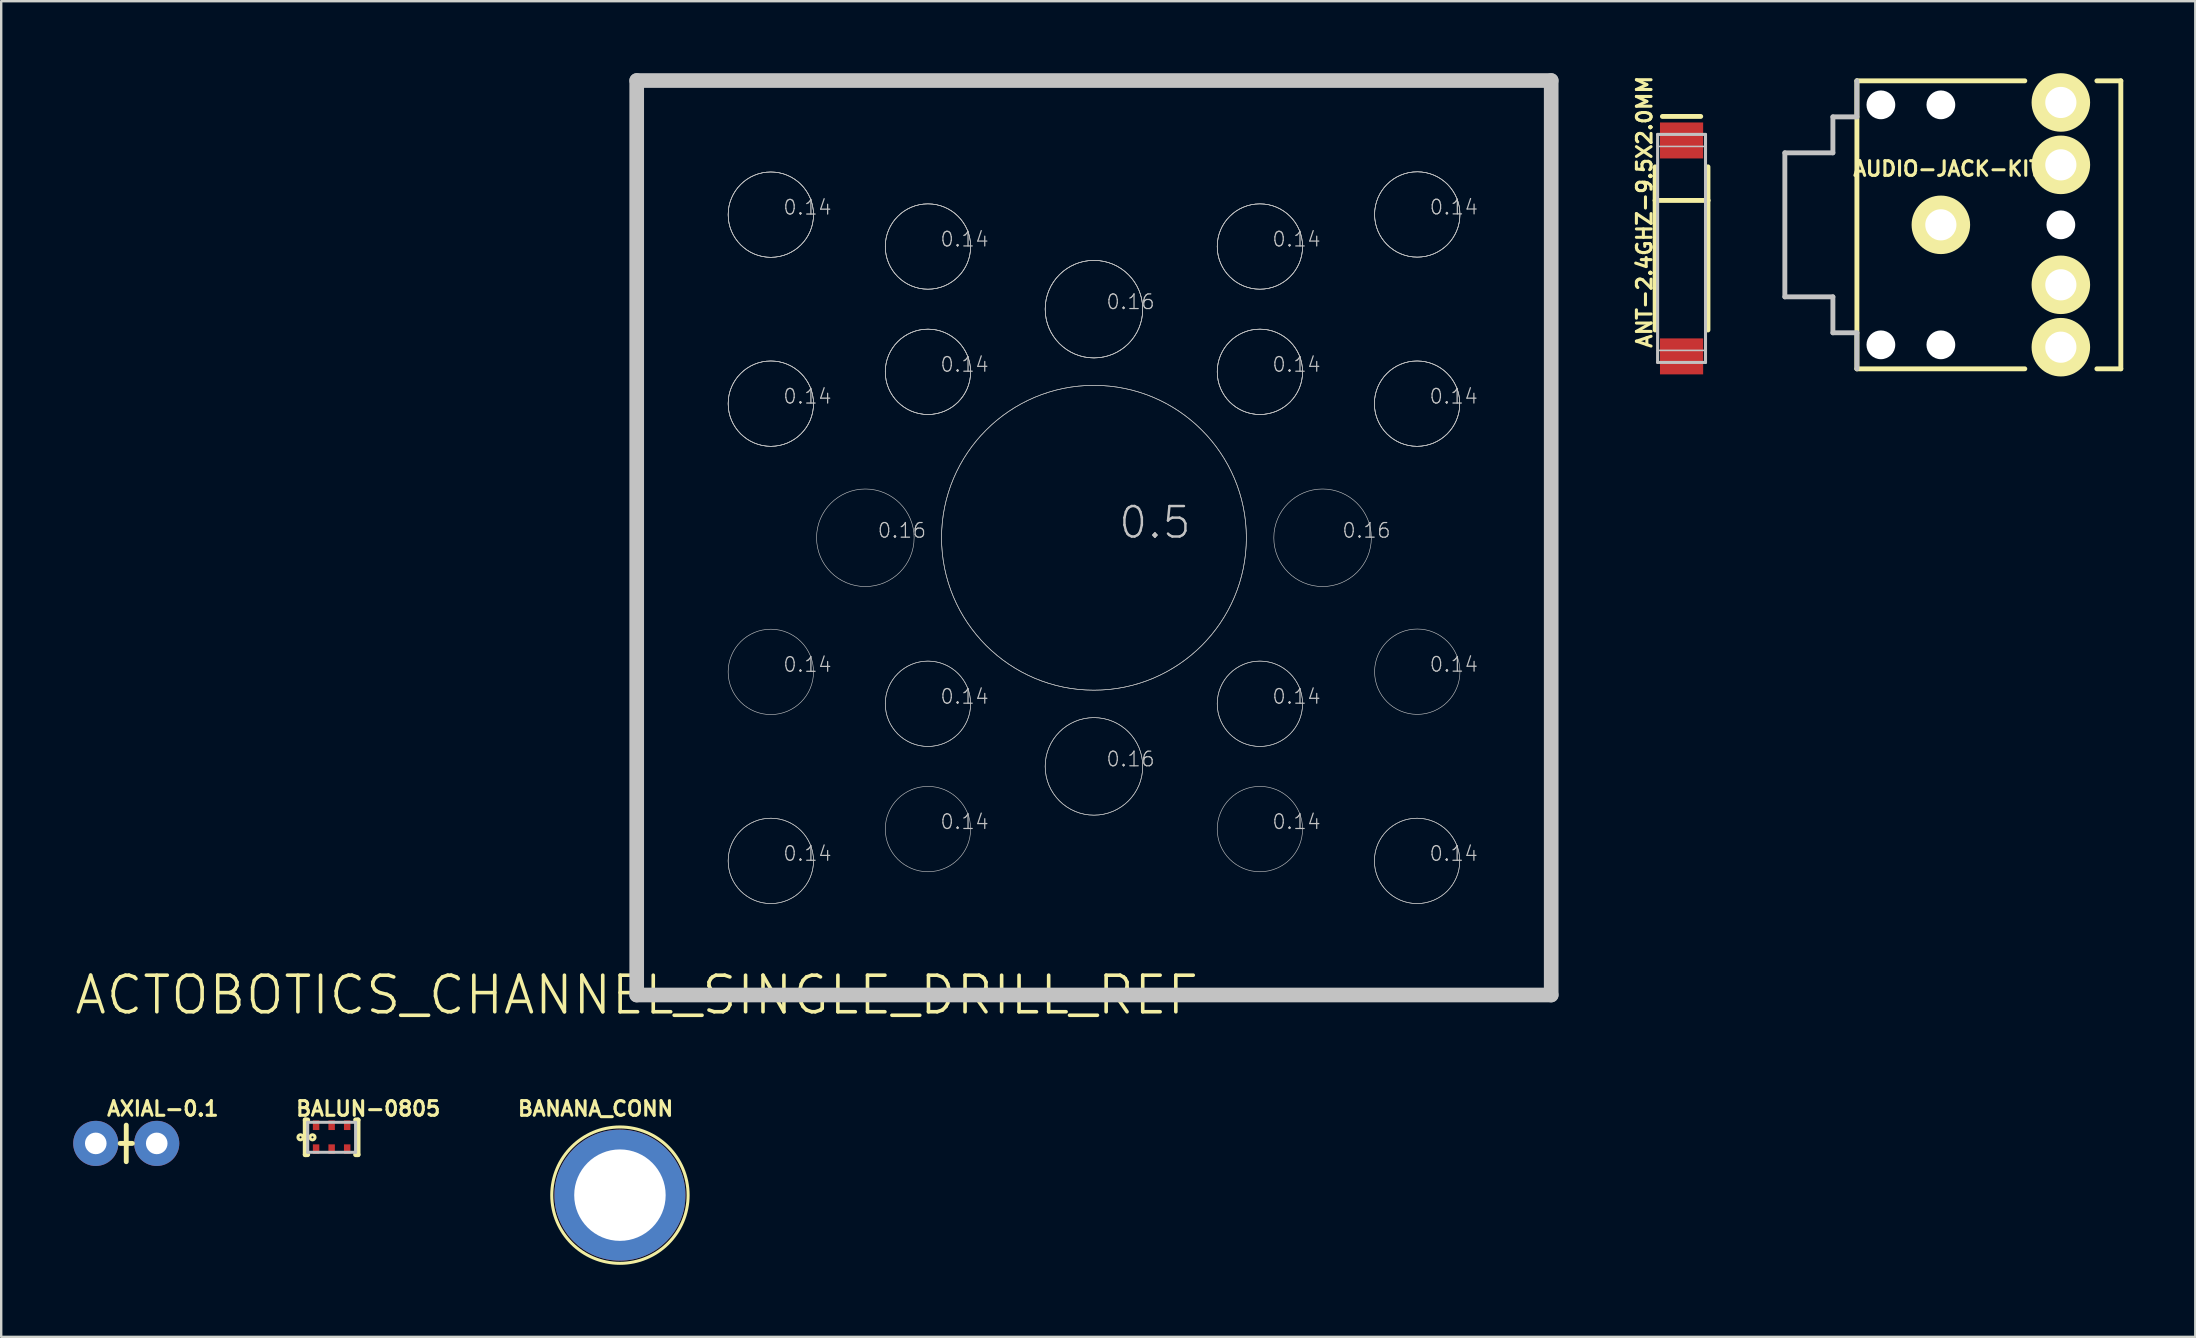
<source format=kicad_pcb>
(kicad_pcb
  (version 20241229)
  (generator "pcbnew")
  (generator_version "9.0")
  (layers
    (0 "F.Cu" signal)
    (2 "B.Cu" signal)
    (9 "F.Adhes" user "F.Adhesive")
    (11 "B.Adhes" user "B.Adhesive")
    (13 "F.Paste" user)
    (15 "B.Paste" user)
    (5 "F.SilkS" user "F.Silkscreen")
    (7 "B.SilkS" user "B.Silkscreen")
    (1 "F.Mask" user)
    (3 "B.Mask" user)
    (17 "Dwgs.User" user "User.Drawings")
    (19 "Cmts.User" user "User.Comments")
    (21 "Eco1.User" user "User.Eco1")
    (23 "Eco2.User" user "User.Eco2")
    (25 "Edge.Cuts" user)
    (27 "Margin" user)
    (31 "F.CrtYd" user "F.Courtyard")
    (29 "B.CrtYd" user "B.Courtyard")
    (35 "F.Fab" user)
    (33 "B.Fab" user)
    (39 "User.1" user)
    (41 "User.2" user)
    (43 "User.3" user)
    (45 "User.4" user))
  (footprint "ACTOBOTICS_CHANNEL_SINGLE_DRILL_REF"
    (layer "F.Cu")
    (at 23.477 38.405)
    (property "Reference" "ACTOBOTICS_CHANNEL_SINGLE_DRILL_REF" (at 0 0 0) (layer "F.SilkS") (effects (font (size 1.524 1.524) (thickness 0.15))))
    (attr exclude_from_pos_files exclude_from_bom)
    (fp_line (start 0 -38.1) (end 0 0) (stroke (width 0.61) (type solid)) (layer "Dwgs.User"))
    (fp_line (start 0 0) (end 38.1 0) (stroke (width 0.61) (type solid)) (layer "Dwgs.User"))
    (fp_line (start 38.1 -38.1) (end 0 -38.1) (stroke (width 0.61) (type solid)) (layer "Dwgs.User"))
    (fp_line (start 38.1 0) (end 38.1 -38.1) (stroke (width 0.61) (type solid)) (layer "Dwgs.User"))
    (fp_circle (center 5.588 -32.512) (end 5.588 -34.29) (stroke (width 0.025) (type solid)) (fill no) (layer "Dwgs.User"))
    (fp_circle (center 5.588 -32.512) (end 5.588 -34.29) (stroke (width 0.025) (type solid)) (fill no) (layer "Dwgs.User"))
    (fp_circle (center 5.588 -32.512) (end 5.588 -34.29) (stroke (width 0.025) (type solid)) (fill no) (layer "Dwgs.User"))
    (fp_circle (center 5.588 -24.638) (end 5.588 -26.416) (stroke (width 0.025) (type solid)) (fill no) (layer "Dwgs.User"))
    (fp_circle (center 5.588 -24.638) (end 5.588 -26.416) (stroke (width 0.025) (type solid)) (fill no) (layer "Dwgs.User"))
    (fp_circle (center 5.588 -24.638) (end 5.588 -26.416) (stroke (width 0.025) (type solid)) (fill no) (layer "Dwgs.User"))
    (fp_circle (center 5.588 -13.462) (end 5.588 -15.24) (stroke (width 0.025) (type solid)) (fill no) (layer "Dwgs.User"))
    (fp_circle (center 5.588 -5.588) (end 5.588 -7.366) (stroke (width 0.025) (type solid)) (fill no) (layer "Dwgs.User"))
    (fp_circle (center 5.588 -5.588) (end 5.588 -7.366) (stroke (width 0.025) (type solid)) (fill no) (layer "Dwgs.User"))
    (fp_circle (center 9.525 -19.05) (end 9.525 -21.082) (stroke (width 0.025) (type solid)) (fill no) (layer "Dwgs.User"))
    (fp_circle (center 12.134 -31.184) (end 12.134 -32.962) (stroke (width 0.025) (type solid)) (fill no) (layer "Dwgs.User"))
    (fp_circle (center 12.134 -31.184) (end 12.134 -32.962) (stroke (width 0.025) (type solid)) (fill no) (layer "Dwgs.User"))
    (fp_circle (center 12.134 -31.184) (end 12.134 -32.962) (stroke (width 0.025) (type solid)) (fill no) (layer "Dwgs.User"))
    (fp_circle (center 12.134 -25.964) (end 12.134 -27.742) (stroke (width 0.025) (type solid)) (fill no) (layer "Dwgs.User"))
    (fp_circle (center 12.134 -25.964) (end 12.134 -27.742) (stroke (width 0.025) (type solid)) (fill no) (layer "Dwgs.User"))
    (fp_circle (center 12.134 -25.964) (end 12.134 -27.742) (stroke (width 0.025) (type solid)) (fill no) (layer "Dwgs.User"))
    (fp_circle (center 12.134 -12.134) (end 12.134 -13.912) (stroke (width 0.025) (type solid)) (fill no) (layer "Dwgs.User"))
    (fp_circle (center 12.134 -12.134) (end 12.134 -13.912) (stroke (width 0.025) (type solid)) (fill no) (layer "Dwgs.User"))
    (fp_circle (center 12.134 -6.914) (end 12.134 -8.692) (stroke (width 0.025) (type solid)) (fill no) (layer "Dwgs.User"))
    (fp_circle (center 19.05 -28.575) (end 19.05 -30.607) (stroke (width 0.025) (type solid)) (fill no) (layer "Dwgs.User"))
    (fp_circle (center 19.05 -28.575) (end 19.05 -30.607) (stroke (width 0.025) (type solid)) (fill no) (layer "Dwgs.User"))
    (fp_circle (center 19.05 -28.575) (end 19.05 -30.607) (stroke (width 0.025) (type solid)) (fill no) (layer "Dwgs.User"))
    (fp_circle (center 19.05 -19.05) (end 19.05 -25.4) (stroke (width 0.025) (type solid)) (fill no) (layer "Dwgs.User"))
    (fp_circle (center 19.05 -19.05) (end 19.05 -25.4) (stroke (width 0.025) (type solid)) (fill no) (layer "Dwgs.User"))
    (fp_circle (center 19.05 -9.525) (end 19.05 -11.557) (stroke (width 0.025) (type solid)) (fill no) (layer "Dwgs.User"))
    (fp_circle (center 19.05 -9.525) (end 19.05 -11.557) (stroke (width 0.025) (type solid)) (fill no) (layer "Dwgs.User"))
    (fp_circle (center 25.964 -31.184) (end 25.964 -32.962) (stroke (width 0.025) (type solid)) (fill no) (layer "Dwgs.User"))
    (fp_circle (center 25.964 -31.184) (end 25.964 -32.962) (stroke (width 0.025) (type solid)) (fill no) (layer "Dwgs.User"))
    (fp_circle (center 25.964 -31.184) (end 25.964 -32.962) (stroke (width 0.025) (type solid)) (fill no) (layer "Dwgs.User"))
    (fp_circle (center 25.964 -25.964) (end 25.964 -27.742) (stroke (width 0.025) (type solid)) (fill no) (layer "Dwgs.User"))
    (fp_circle (center 25.964 -25.964) (end 25.964 -27.742) (stroke (width 0.025) (type solid)) (fill no) (layer "Dwgs.User"))
    (fp_circle (center 25.964 -25.964) (end 25.964 -27.742) (stroke (width 0.025) (type solid)) (fill no) (layer "Dwgs.User"))
    (fp_circle (center 25.964 -12.134) (end 25.964 -13.912) (stroke (width 0.025) (type solid)) (fill no) (layer "Dwgs.User"))
    (fp_circle (center 25.964 -12.134) (end 25.964 -13.912) (stroke (width 0.025) (type solid)) (fill no) (layer "Dwgs.User"))
    (fp_circle (center 25.964 -6.914) (end 25.964 -8.692) (stroke (width 0.025) (type solid)) (fill no) (layer "Dwgs.User"))
    (fp_circle (center 28.575 -19.05) (end 28.575 -21.082) (stroke (width 0.025) (type solid)) (fill no) (layer "Dwgs.User"))
    (fp_circle (center 32.512 -24.638) (end 32.512 -26.416) (stroke (width 0.025) (type solid)) (fill no) (layer "Dwgs.User"))
    (fp_circle (center 32.512 -24.638) (end 32.512 -26.416) (stroke (width 0.025) (type solid)) (fill no) (layer "Dwgs.User"))
    (fp_circle (center 32.512 -24.638) (end 32.512 -26.416) (stroke (width 0.025) (type solid)) (fill no) (layer "Dwgs.User"))
    (fp_circle (center 32.512 -5.588) (end 32.512 -7.366) (stroke (width 0.025) (type solid)) (fill no) (layer "Dwgs.User"))
    (fp_circle (center 32.512 -5.588) (end 32.512 -7.366) (stroke (width 0.025) (type solid)) (fill no) (layer "Dwgs.User"))
    (fp_circle (center 32.52 -32.52) (end 32.52 -34.298) (stroke (width 0.025) (type solid)) (fill no) (layer "Dwgs.User"))
    (fp_circle (center 32.52 -32.52) (end 32.52 -34.298) (stroke (width 0.025) (type solid)) (fill no) (layer "Dwgs.User"))
    (fp_circle (center 32.52 -32.52) (end 32.52 -34.298) (stroke (width 0.025) (type solid)) (fill no) (layer "Dwgs.User"))
    (fp_circle (center 32.52 -13.47) (end 32.52 -15.248) (stroke (width 0.025) (type solid)) (fill no) (layer "Dwgs.User"))
    (fp_text user "0.14" (at 27.488 -12.438 0) (layer "Dwgs.User") (effects (font (size 0.61 0.61) (thickness 0.051))))
    (fp_text user "0.14" (at 34.036 -24.943 0) (layer "Dwgs.User") (effects (font (size 0.61 0.61) (thickness 0.051))))
    (fp_text user "0.14" (at 34.044 -13.774 0) (layer "Dwgs.User") (effects (font (size 0.61 0.61) (thickness 0.051))))
    (fp_text user "0.14" (at 7.112 -32.817 0) (layer "Dwgs.User") (effects (font (size 0.61 0.61) (thickness 0.051))))
    (fp_text user "0.16" (at 20.574 -9.83 0) (layer "Dwgs.User") (effects (font (size 0.61 0.61) (thickness 0.051))))
    (fp_text user "0.14" (at 7.112 -13.767 0) (layer "Dwgs.User") (effects (font (size 0.61 0.61) (thickness 0.051))))
    (fp_text user "0.14" (at 34.044 -32.824 0) (layer "Dwgs.User") (effects (font (size 0.61 0.61) (thickness 0.051))))
    (fp_text user "0.5" (at 21.59 -19.685 0) (layer "Dwgs.User") (effects (font (size 1.27 1.27) (thickness 0.102))))
    (fp_text user "0.16" (at 11.049 -19.355 0) (layer "Dwgs.User") (effects (font (size 0.61 0.61) (thickness 0.051))))
    (fp_text user "0.14" (at 27.488 -31.488 0) (layer "Dwgs.User") (effects (font (size 0.61 0.61) (thickness 0.051))))
    (fp_text user "0.14" (at 34.036 -5.893 0) (layer "Dwgs.User") (effects (font (size 0.61 0.61) (thickness 0.051))))
    (fp_text user "0.14" (at 7.112 -5.893 0) (layer "Dwgs.User") (effects (font (size 0.61 0.61) (thickness 0.051))))
    (fp_text user "0.14" (at 27.488 -26.269 0) (layer "Dwgs.User") (effects (font (size 0.61 0.61) (thickness 0.051))))
    (fp_text user "0.16" (at 20.574 -28.88 0) (layer "Dwgs.User") (effects (font (size 0.61 0.61) (thickness 0.051))))
    (fp_text user "0.14" (at 13.658 -12.438 0) (layer "Dwgs.User") (effects (font (size 0.61 0.61) (thickness 0.051))))
    (fp_text user "0.16" (at 30.404 -19.355 0) (layer "Dwgs.User") (effects (font (size 0.61 0.61) (thickness 0.051))))
    (fp_text user "0.14" (at 13.658 -26.269 0) (layer "Dwgs.User") (effects (font (size 0.61 0.61) (thickness 0.051))))
    (fp_text user "0.14" (at 7.112 -24.943 0) (layer "Dwgs.User") (effects (font (size 0.61 0.61) (thickness 0.051))))
    (fp_text user "0.14" (at 27.488 -7.219 0) (layer "Dwgs.User") (effects (font (size 0.61 0.61) (thickness 0.051))))
    (fp_text user "0.14" (at 13.658 -7.219 0) (layer "Dwgs.User") (effects (font (size 0.61 0.61) (thickness 0.051))))
    (fp_text user "0.14" (at 13.658 -31.488 0) (layer "Dwgs.User") (effects (font (size 0.61 0.61) (thickness 0.051)))))
  (footprint "BANANA_CONN"
    (layer "F.Cu")
    (at 22.778 46.743)
    (property "Reference" "BANANA_CONN" (at -1.016 -3.604 0) (layer "F.SilkS") (effects (font (size 0.61 0.61) (thickness 0.127))))
    (attr exclude_from_pos_files exclude_from_bom)
    (fp_circle (center 0 0) (end 0 -2.84) (stroke (width 0.127) (type solid)) (fill no) (layer "F.SilkS"))
    (pad "P$1" thru_hole circle (at 0 0) (size 5.461 5.461) (drill 3.81) (layers "*.Cu" "*.Paste" "*.Mask")))
  (footprint "AUDIO-JACK-KIT"
    (layer "F.Cu")
    (at 77.811 6.317)
    (property "Reference" "AUDIO-JACK-KIT" (at 0.254 -2.337 0) (layer "F.SilkS") (effects (font (size 0.61 0.61) (thickness 0.127))))
    (attr exclude_from_pos_files exclude_from_bom)
    (fp_line (start -3.498 -5.999) (end -3.498 5.999) (stroke (width 0.203) (type solid)) (layer "F.SilkS"))
    (fp_line (start -3.498 -5.999) (end 3.498 -5.999) (stroke (width 0.203) (type solid)) (layer "F.SilkS"))
    (fp_line (start -3.498 5.999) (end 3.498 5.999) (stroke (width 0.203) (type solid)) (layer "F.SilkS"))
    (fp_line (start 7.498 -5.999) (end 6.5 -5.999) (stroke (width 0.203) (type solid)) (layer "F.SilkS"))
    (fp_line (start 7.498 -5.999) (end 7.498 5.999) (stroke (width 0.203) (type solid)) (layer "F.SilkS"))
    (fp_line (start 7.498 5.999) (end 6.5 5.999) (stroke (width 0.203) (type solid)) (layer "F.SilkS"))
    (fp_circle (center 0 0) (end 0 -1.219) (stroke (width 0) (type solid)) (fill yes) (layer "F.SilkS"))
    (fp_circle (center 0 0) (end 0 -0.66) (stroke (width 0) (type solid)) (fill yes) (layer "F.SilkS"))
    (fp_circle (center 4.999 -5.098) (end 4.999 -6.317) (stroke (width 0) (type solid)) (fill yes) (layer "F.SilkS"))
    (fp_circle (center 4.999 -5.098) (end 4.999 -5.758) (stroke (width 0) (type solid)) (fill yes) (layer "F.SilkS"))
    (fp_circle (center 4.999 -2.499) (end 4.999 -3.719) (stroke (width 0) (type solid)) (fill yes) (layer "F.SilkS"))
    (fp_circle (center 4.999 -2.499) (end 4.999 -3.16) (stroke (width 0) (type solid)) (fill yes) (layer "F.SilkS"))
    (fp_circle (center 4.999 2.499) (end 4.999 1.28) (stroke (width 0) (type solid)) (fill yes) (layer "F.SilkS"))
    (fp_circle (center 4.999 2.499) (end 4.999 1.839) (stroke (width 0) (type solid)) (fill yes) (layer "F.SilkS"))
    (fp_circle (center 4.999 5.098) (end 4.999 3.879) (stroke (width 0) (type solid)) (fill yes) (layer "F.SilkS"))
    (fp_circle (center 4.999 5.098) (end 4.999 4.437) (stroke (width 0) (type solid)) (fill yes) (layer "F.SilkS"))
    (fp_line (start -6.5 -3) (end -6.5 3) (stroke (width 0.203) (type solid)) (layer "Dwgs.User"))
    (fp_line (start -6.5 -3) (end -4.498 -3) (stroke (width 0.203) (type solid)) (layer "Dwgs.User"))
    (fp_line (start -6.5 3) (end -4.498 3) (stroke (width 0.203) (type solid)) (layer "Dwgs.User"))
    (fp_line (start -4.498 -4.498) (end -4.498 -3) (stroke (width 0.203) (type solid)) (layer "Dwgs.User"))
    (fp_line (start -4.498 -4.498) (end -3.498 -4.498) (stroke (width 0.203) (type solid)) (layer "Dwgs.User"))
    (fp_line (start -4.498 3) (end -4.498 4.498) (stroke (width 0.203) (type solid)) (layer "Dwgs.User"))
    (fp_line (start -4.498 4.498) (end -3.498 4.498) (stroke (width 0.203) (type solid)) (layer "Dwgs.User"))
    (fp_line (start -3.498 -5.999) (end -3.498 -4.498) (stroke (width 0.203) (type solid)) (layer "Dwgs.User"))
    (fp_line (start -3.498 4.498) (end -3.498 5.999) (stroke (width 0.203) (type solid)) (layer "Dwgs.User"))
    (pad "" np_thru_hole circle (at -2.499 -4.999) (size 1.199 1.199) (drill 1.199) (layers "*.Cu" "*.Mask"))
    (pad "" np_thru_hole circle (at -2.499 4.999) (size 1.199 1.199) (drill 1.199) (layers "*.Cu" "*.Mask"))
    (pad "" np_thru_hole circle (at 0 -4.999) (size 1.199 1.199) (drill 1.199) (layers "*.Cu" "*.Mask"))
    (pad "" np_thru_hole circle (at 0 4.999) (size 1.199 1.199) (drill 1.199) (layers "*.Cu" "*.Mask"))
    (pad "" np_thru_hole circle (at 4.999 0) (size 1.199 1.199) (drill 1.199) (layers "*.Cu" "*.Mask"))
    (pad "RING" thru_hole circle (at 4.999 -5.098) (size 2.182 2.182) (drill 1.298) (layers "*.Cu" "*.Paste" "*.Mask"))
    (pad "RSH" thru_hole circle (at 4.999 -2.499) (size 2.182 2.182) (drill 1.298) (layers "*.Cu" "*.Paste" "*.Mask"))
    (pad "SLEE" thru_hole circle (at 0 0) (size 2.182 2.182) (drill 1.298) (layers "*.Cu" "*.Paste" "*.Mask"))
    (pad "TIP" thru_hole circle (at 4.999 5.098) (size 2.182 2.182) (drill 1.298) (layers "*.Cu" "*.Paste" "*.Mask"))
    (pad "TSH" thru_hole circle (at 4.999 2.499) (size 2.182 2.182) (drill 1.298) (layers "*.Cu" "*.Paste" "*.Mask")))
  (footprint "BALUN-0805"
    (layer "F.Cu")
    (at 10.767 44.333)
    (property "Reference" "BALUN-0805" (at 1.524 -1.194 0) (layer "F.SilkS") (effects (font (size 0.61 0.61) (thickness 0.127))))
    (attr smd)
    (fp_line (start -1.1 -0.724) (end -1.1 0.724) (stroke (width 0.203) (type solid)) (layer "F.SilkS"))
    (fp_line (start -1.1 0.724) (end -0.998 0.724) (stroke (width 0.203) (type solid)) (layer "F.SilkS"))
    (fp_line (start -0.998 -0.724) (end -1.1 -0.724) (stroke (width 0.203) (type solid)) (layer "F.SilkS"))
    (fp_line (start 0.998 0.724) (end 1.1 0.724) (stroke (width 0.203) (type solid)) (layer "F.SilkS"))
    (fp_line (start 1.1 -0.724) (end 0.998 -0.724) (stroke (width 0.203) (type solid)) (layer "F.SilkS"))
    (fp_line (start 1.1 0.724) (end 1.1 -0.724) (stroke (width 0.203) (type solid)) (layer "F.SilkS"))
    (fp_circle (center -1.298 0) (end -1.298 -0.043) (stroke (width 0.127) (type solid)) (fill no) (layer "F.SilkS"))
    (fp_circle (center -0.798 0) (end -0.798 -0.043) (stroke (width 0.127) (type solid)) (fill no) (layer "F.SilkS"))
    (fp_line (start -0.998 -0.625) (end -0.998 0.625) (stroke (width 0.127) (type solid)) (layer "Dwgs.User"))
    (fp_line (start -0.998 0.625) (end 0.998 0.625) (stroke (width 0.127) (type solid)) (layer "Dwgs.User"))
    (fp_line (start 0.998 -0.625) (end -0.998 -0.625) (stroke (width 0.127) (type solid)) (layer "Dwgs.User"))
    (fp_line (start 0.998 0.625) (end 0.998 -0.625) (stroke (width 0.127) (type solid)) (layer "Dwgs.User"))
    (pad "1" smd rect (at -0.648 0.493) (size 0.269 0.399) (layers "F.Cu" "F.Mask" "F.Paste"))
    (pad "2" smd rect (at 0 0.493) (size 0.269 0.399) (layers "F.Cu" "F.Mask" "F.Paste"))
    (pad "3" smd rect (at 0.648 0.493) (size 0.269 0.399) (layers "F.Cu" "F.Mask" "F.Paste"))
    (pad "4" smd rect (at 0.648 -0.503) (size 0.269 0.399) (layers "F.Cu" "F.Mask" "F.Paste"))
    (pad "5" smd rect (at 0 -0.503) (size 0.269 0.399) (layers "F.Cu" "F.Mask" "F.Paste"))
    (pad "6" smd rect (at -0.648 -0.503) (size 0.269 0.399) (layers "F.Cu" "F.Mask" "F.Paste")))
  (footprint "ANT-2.4GHZ-9.5X2.0MM"
    (layer "F.Cu")
    (at 67.008 7.3)
    (property "Reference" "ANT-2.4GHZ-9.5X2.0MM" (at -1.547 -1.524 90) (layer "F.SilkS") (effects (font (size 0.61 0.61) (thickness 0.127))))
    (attr smd)
    (fp_line (start -1.1 -3.399) (end -1.1 -1.999) (stroke (width 0.203) (type solid)) (layer "F.SilkS"))
    (fp_line (start -1.1 -1.999) (end -1.1 3.399) (stroke (width 0.203) (type solid)) (layer "F.SilkS"))
    (fp_line (start 0.798 -5.499) (end -0.798 -5.499) (stroke (width 0.203) (type solid)) (layer "F.SilkS"))
    (fp_line (start 1.1 -3.399) (end 1.1 -1.999) (stroke (width 0.203) (type solid)) (layer "F.SilkS"))
    (fp_line (start 1.1 -1.999) (end -1.1 -1.999) (stroke (width 0.203) (type solid)) (layer "F.SilkS"))
    (fp_line (start 1.1 -1.999) (end 1.1 3.399) (stroke (width 0.203) (type solid)) (layer "F.SilkS"))
    (fp_line (start -0.998 -4.75) (end 0.998 -4.75) (stroke (width 0.066) (type solid)) (layer "Dwgs.User"))
    (fp_line (start -0.998 -4.75) (end 0.998 -4.75) (stroke (width 0.127) (type solid)) (layer "Dwgs.User"))
    (fp_line (start -0.998 -4.249) (end -0.998 -4.75) (stroke (width 0.066) (type solid)) (layer "Dwgs.User"))
    (fp_line (start -0.998 -4.249) (end 0.998 -4.249) (stroke (width 0.066) (type solid)) (layer "Dwgs.User"))
    (fp_line (start -0.998 4.249) (end 0.998 4.249) (stroke (width 0.066) (type solid)) (layer "Dwgs.User"))
    (fp_line (start -0.998 4.75) (end -0.998 -4.75) (stroke (width 0.127) (type solid)) (layer "Dwgs.User"))
    (fp_line (start -0.998 4.75) (end -0.998 4.249) (stroke (width 0.066) (type solid)) (layer "Dwgs.User"))
    (fp_line (start -0.998 4.75) (end 0.998 4.75) (stroke (width 0.066) (type solid)) (layer "Dwgs.User"))
    (fp_line (start 0.998 -4.75) (end 0.998 4.75) (stroke (width 0.127) (type solid)) (layer "Dwgs.User"))
    (fp_line (start 0.998 -4.249) (end 0.998 -4.75) (stroke (width 0.066) (type solid)) (layer "Dwgs.User"))
    (fp_line (start 0.998 4.75) (end -0.998 4.75) (stroke (width 0.127) (type solid)) (layer "Dwgs.User"))
    (fp_line (start 0.998 4.75) (end 0.998 4.249) (stroke (width 0.066) (type solid)) (layer "Dwgs.User"))
    (pad "FEED" smd rect (at 0 -4.498) (size 1.798 1.499) (layers "F.Cu" "F.Mask" "F.Paste"))
    (pad "NC" smd rect (at 0 4.498) (size 1.798 1.499) (layers "F.Cu" "F.Mask" "F.Paste")))
  (footprint "AXIAL-0.1"
    (layer "F.Cu")
    (at 2.21 44.587)
    (property "Reference" "AXIAL-0.1" (at 1.524 -1.448 0) (layer "F.SilkS") (effects (font (size 0.61 0.61) (thickness 0.127))))
    (attr exclude_from_pos_files exclude_from_bom)
    (fp_line (start 0 0) (end -0.254 0) (stroke (width 0.203) (type solid)) (layer "F.SilkS"))
    (fp_line (start 0 0) (end 0 -0.762) (stroke (width 0.203) (type solid)) (layer "F.SilkS"))
    (fp_line (start 0 0.762) (end 0 0) (stroke (width 0.203) (type solid)) (layer "F.SilkS"))
    (fp_line (start 0.254 0) (end 0 0) (stroke (width 0.203) (type solid)) (layer "F.SilkS"))
    (pad "P$1" thru_hole circle (at -1.27 0) (size 1.88 1.88) (drill 0.899) (layers "*.Cu" "*.Paste" "*.Mask"))
    (pad "P$2" thru_hole circle (at 1.27 0) (size 1.88 1.88) (drill 0.899) (layers "*.Cu" "*.Paste" "*.Mask")))
  (gr_rect
    (start -3 -3)
    (end 88.411 52.647)
    (stroke (width 0.1) (type default))
    (fill no)
    (layer "Edge.Cuts")))
</source>
